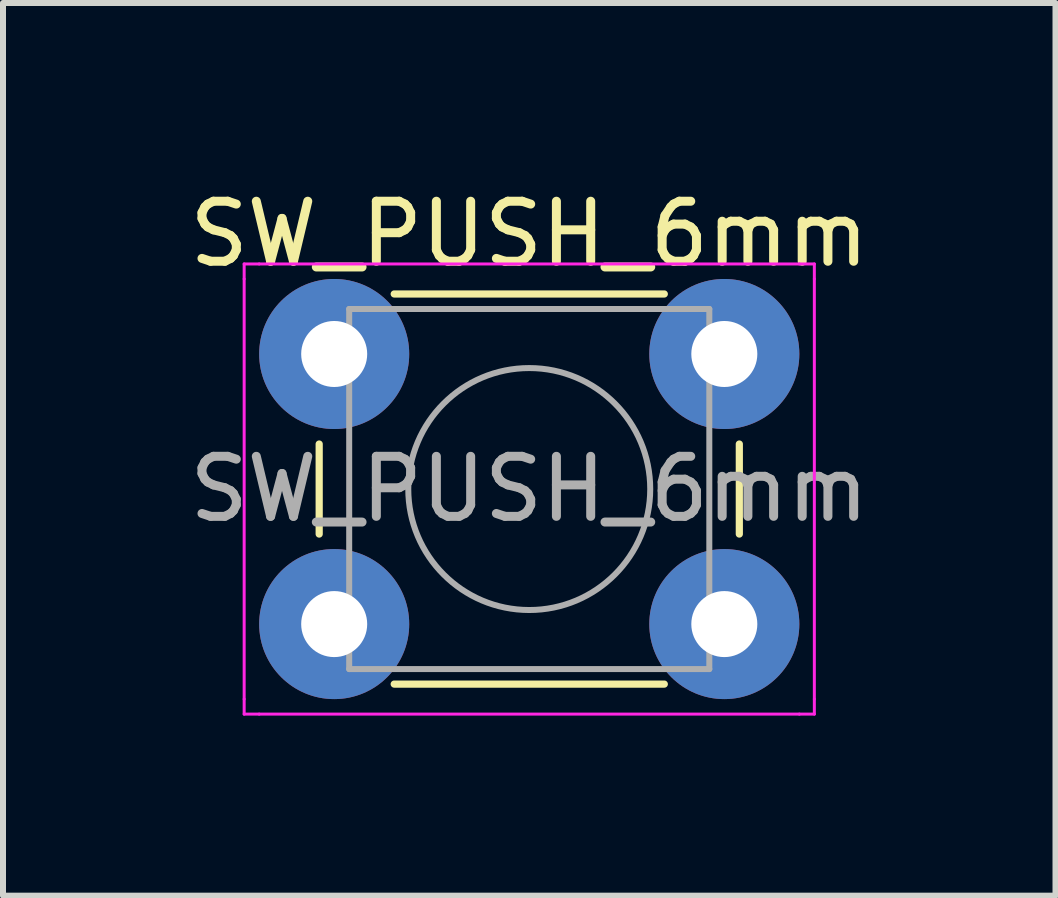
<source format=kicad_pcb>
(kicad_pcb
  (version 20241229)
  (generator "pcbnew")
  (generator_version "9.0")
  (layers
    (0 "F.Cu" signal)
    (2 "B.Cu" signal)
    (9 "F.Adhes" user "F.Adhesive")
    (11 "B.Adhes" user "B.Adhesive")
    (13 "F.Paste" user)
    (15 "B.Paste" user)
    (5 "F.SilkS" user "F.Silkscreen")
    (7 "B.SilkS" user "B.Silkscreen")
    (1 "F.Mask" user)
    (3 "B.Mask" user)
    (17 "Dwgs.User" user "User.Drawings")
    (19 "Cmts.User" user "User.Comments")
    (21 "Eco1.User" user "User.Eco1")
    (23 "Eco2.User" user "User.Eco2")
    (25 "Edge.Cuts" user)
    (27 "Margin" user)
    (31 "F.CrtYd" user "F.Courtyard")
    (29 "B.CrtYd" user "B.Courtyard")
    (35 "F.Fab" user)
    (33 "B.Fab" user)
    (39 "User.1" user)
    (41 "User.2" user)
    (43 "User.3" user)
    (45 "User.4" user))
  (footprint "SW_PUSH_6mm"
    (layer "F.Cu")
    (at 2.518 2.848)
    (property "Reference" "SW_PUSH_6mm" (at 3.25 -2 0) (layer "F.SilkS") (effects (font (size 1 1) (thickness 0.15))))
    (attr through_hole)
    (fp_line (start -0.25 1.5) (end -0.25 3) (stroke (width 0.12) (type solid)) (layer "F.SilkS"))
    (fp_line (start 1 5.5) (end 5.5 5.5) (stroke (width 0.12) (type solid)) (layer "F.SilkS"))
    (fp_line (start 5.5 -1) (end 1 -1) (stroke (width 0.12) (type solid)) (layer "F.SilkS"))
    (fp_line (start 6.75 3) (end 6.75 1.5) (stroke (width 0.12) (type solid)) (layer "F.SilkS"))
    (fp_line (start -1.5 -1.5) (end -1.25 -1.5) (stroke (width 0.05) (type solid)) (layer "F.CrtYd"))
    (fp_line (start -1.5 -1.25) (end -1.5 -1.5) (stroke (width 0.05) (type solid)) (layer "F.CrtYd"))
    (fp_line (start -1.5 5.75) (end -1.5 -1.25) (stroke (width 0.05) (type solid)) (layer "F.CrtYd"))
    (fp_line (start -1.5 5.75) (end -1.5 6) (stroke (width 0.05) (type solid)) (layer "F.CrtYd"))
    (fp_line (start -1.5 6) (end -1.25 6) (stroke (width 0.05) (type solid)) (layer "F.CrtYd"))
    (fp_line (start -1.25 -1.5) (end 7.75 -1.5) (stroke (width 0.05) (type solid)) (layer "F.CrtYd"))
    (fp_line (start 7.75 -1.5) (end 8 -1.5) (stroke (width 0.05) (type solid)) (layer "F.CrtYd"))
    (fp_line (start 7.75 6) (end -1.25 6) (stroke (width 0.05) (type solid)) (layer "F.CrtYd"))
    (fp_line (start 7.75 6) (end 8 6) (stroke (width 0.05) (type solid)) (layer "F.CrtYd"))
    (fp_line (start 8 -1.5) (end 8 -1.25) (stroke (width 0.05) (type solid)) (layer "F.CrtYd"))
    (fp_line (start 8 -1.25) (end 8 5.75) (stroke (width 0.05) (type solid)) (layer "F.CrtYd"))
    (fp_line (start 8 6) (end 8 5.75) (stroke (width 0.05) (type solid)) (layer "F.CrtYd"))
    (fp_line (start 0.25 -0.75) (end 3.25 -0.75) (stroke (width 0.1) (type solid)) (layer "F.Fab"))
    (fp_line (start 0.25 5.25) (end 0.25 -0.75) (stroke (width 0.1) (type solid)) (layer "F.Fab"))
    (fp_line (start 3.25 -0.75) (end 6.25 -0.75) (stroke (width 0.1) (type solid)) (layer "F.Fab"))
    (fp_line (start 6.25 -0.75) (end 6.25 5.25) (stroke (width 0.1) (type solid)) (layer "F.Fab"))
    (fp_line (start 6.25 5.25) (end 0.25 5.25) (stroke (width 0.1) (type solid)) (layer "F.Fab"))
    (fp_circle (center 3.25 2.25) (end 1.25 2.5) (stroke (width 0.1) (type solid)) (fill no) (layer "F.Fab"))
    (fp_text user "${REFERENCE}" (at 3.25 2.25 0) (layer "F.Fab") (effects (font (size 1 1) (thickness 0.15))))
    (pad "1" thru_hole circle (at 0 0 90) (size 2.5 2.5) (drill 1.1) (layers "*.Cu" "*.Mask"))
    (pad "1" thru_hole circle (at 6.5 0 90) (size 2.5 2.5) (drill 1.1) (layers "*.Cu" "*.Mask"))
    (pad "2" thru_hole circle (at 0 4.5 90) (size 2.5 2.5) (drill 1.1) (layers "*.Cu" "*.Mask"))
    (pad "2" thru_hole circle (at 6.5 4.5 90) (size 2.5 2.5) (drill 1.1) (layers "*.Cu" "*.Mask")))
  (gr_rect
    (start -3 -3)
    (end 14.536 11.873)
    (stroke (width 0.1) (type default))
    (fill no)
    (layer "Edge.Cuts")))
</source>
